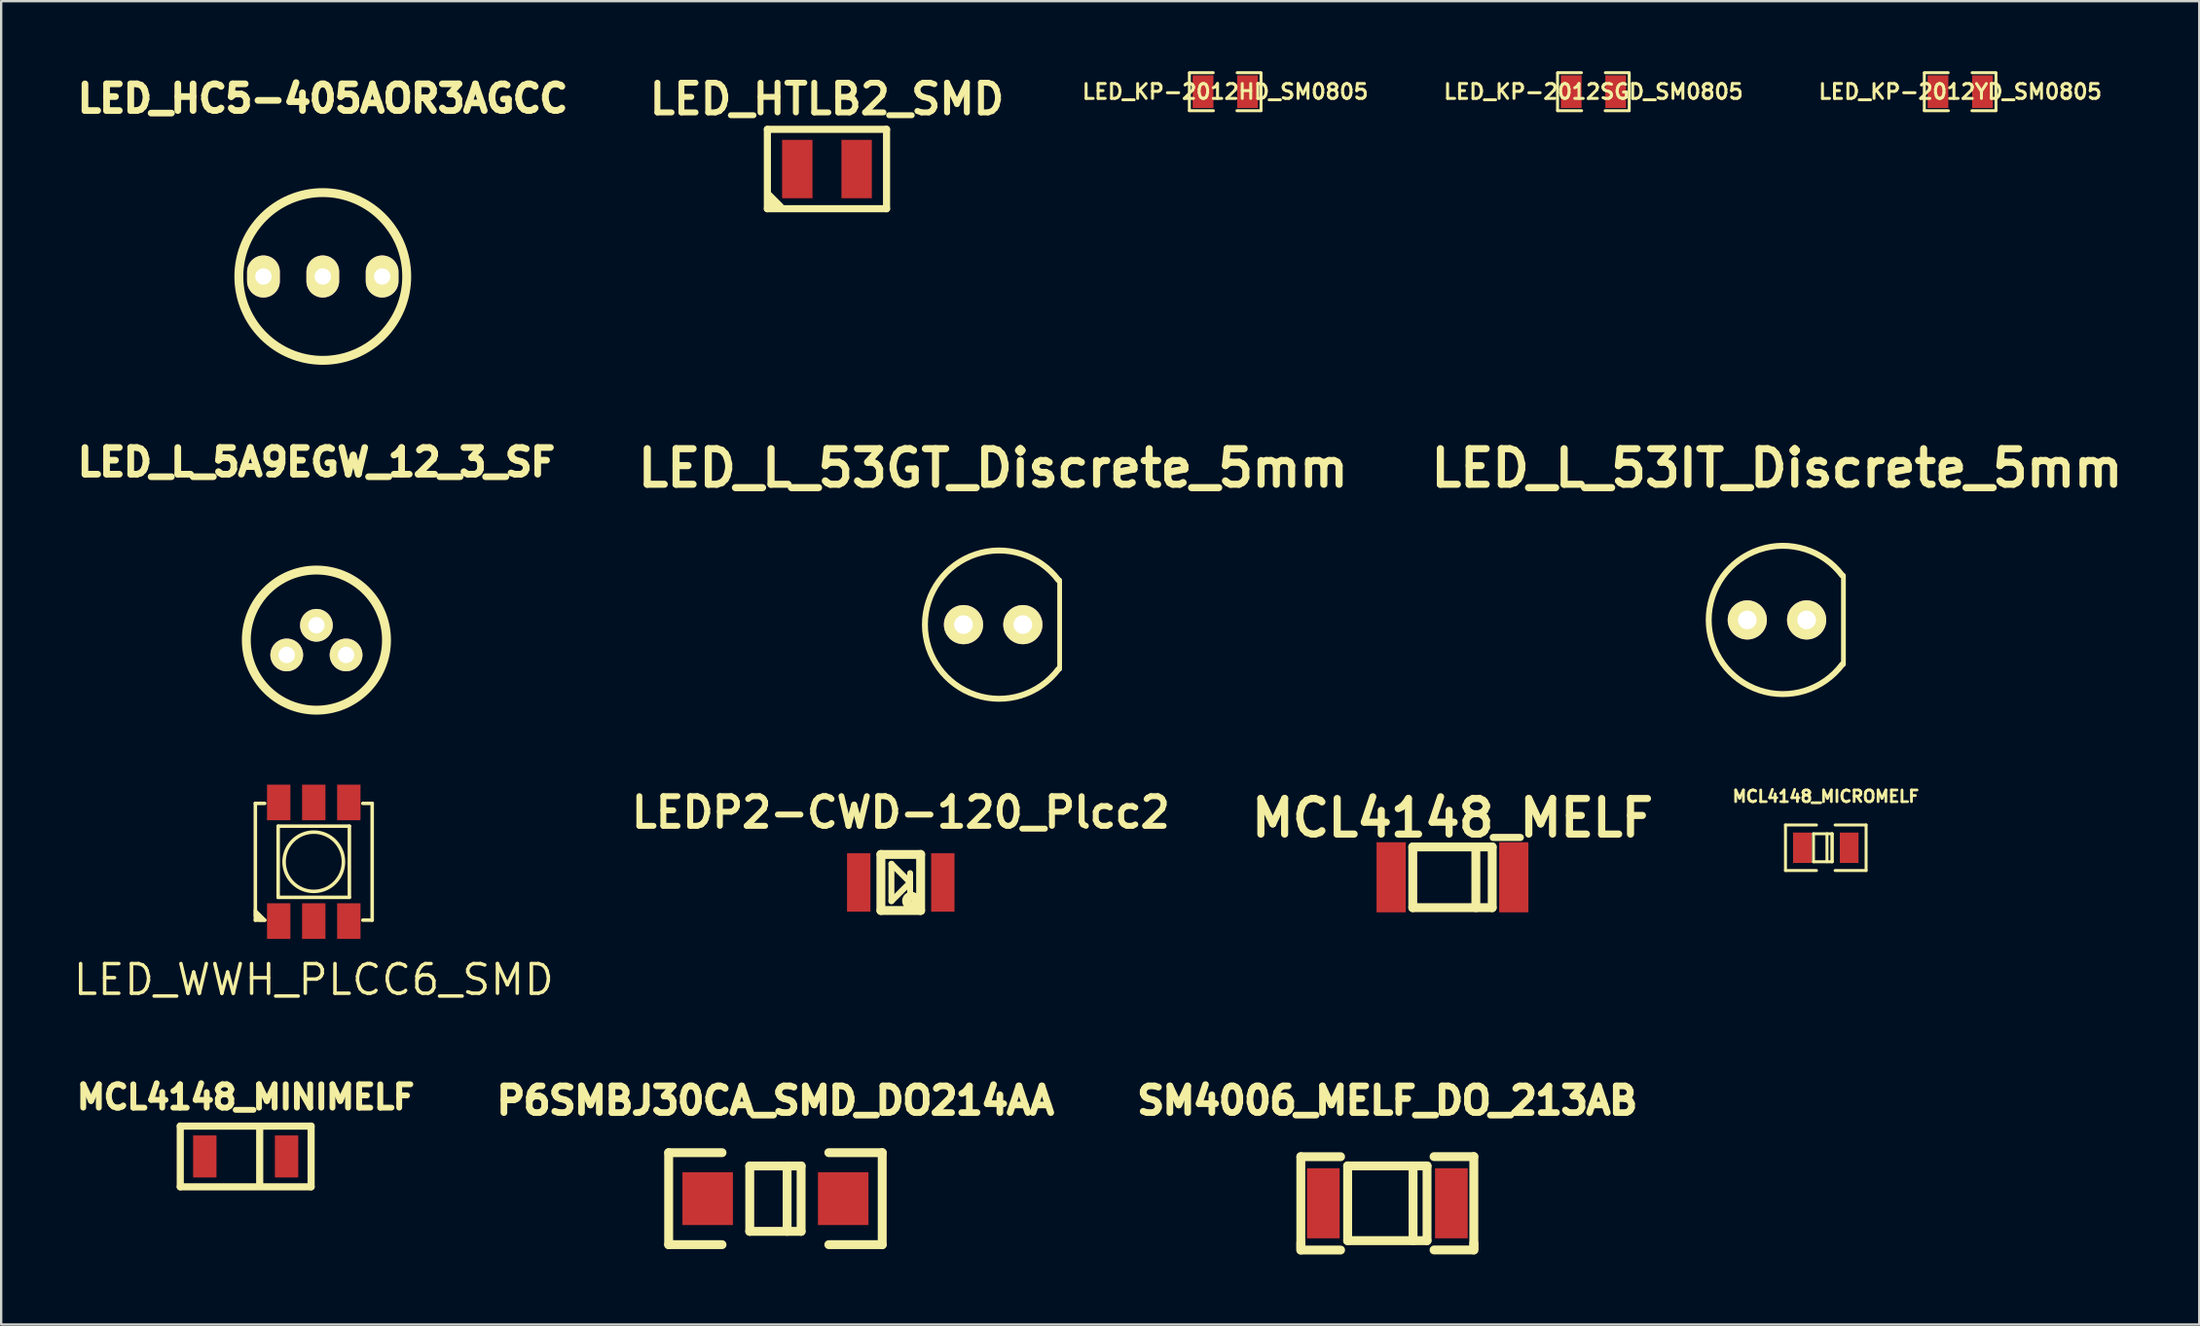
<source format=kicad_pcb>
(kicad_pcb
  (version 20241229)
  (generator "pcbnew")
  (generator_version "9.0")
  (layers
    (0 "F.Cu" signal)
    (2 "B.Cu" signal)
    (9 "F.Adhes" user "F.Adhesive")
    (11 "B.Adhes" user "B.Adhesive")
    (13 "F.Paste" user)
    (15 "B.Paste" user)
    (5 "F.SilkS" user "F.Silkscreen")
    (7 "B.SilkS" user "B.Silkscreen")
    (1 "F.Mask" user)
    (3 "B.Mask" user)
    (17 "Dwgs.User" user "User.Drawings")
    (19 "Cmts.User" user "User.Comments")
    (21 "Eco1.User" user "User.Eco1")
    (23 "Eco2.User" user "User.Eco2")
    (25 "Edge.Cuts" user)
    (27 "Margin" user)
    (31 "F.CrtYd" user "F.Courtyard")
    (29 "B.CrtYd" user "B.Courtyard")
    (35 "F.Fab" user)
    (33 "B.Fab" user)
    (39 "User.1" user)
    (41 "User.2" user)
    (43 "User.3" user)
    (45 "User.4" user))
  (footprint "LED_L_53GT_Discrete_5mm"
    (layer "F.Cu")
    (at 39.457 23.7)
    (property "Reference" "LED_L_53GT_Discrete_5mm" (at 0 -6.701 0) (layer "F.SilkS") (effects (font (size 1.524 1.524) (thickness 0.305))))
    (attr exclude_from_pos_files exclude_from_bom)
    (fp_line (start 2.845 1.905) (end 2.845 -1.905) (stroke (width 0.203) (type solid)) (layer "F.SilkS"))
    (fp_arc (start 2.794 1.905) (mid -2.921 0.001668) (end 2.791997 -1.907668) (stroke (width 0.254) (type solid)) (layer "F.SilkS"))
    (pad "1" thru_hole circle (at -1.27 0) (size 1.676 1.676) (drill 0.8) (layers "*.Cu" "*.Paste" "*.Mask" "F.SilkS"))
    (pad "2" thru_hole circle (at 1.27 0) (size 1.676 1.676) (drill 0.8) (layers "*.Cu" "*.Paste" "*.Mask" "F.SilkS")))
  (footprint "LED_KP-2012HD_SM0805"
    (layer "F.Cu")
    (at 49.391 0.876)
    (property "Reference" "LED_KP-2012HD_SM0805" (at 0 0 0) (layer "F.SilkS") (effects (font (size 0.635 0.635) (thickness 0.127))))
    (attr smd)
    (fp_line (start -1.537 0.81) (end -1.537 -0.8) (stroke (width 0.127) (type solid)) (layer "F.SilkS"))
    (fp_line (start -1.532 0.815) (end -0.508 0.815) (stroke (width 0.127) (type solid)) (layer "F.SilkS"))
    (fp_line (start -0.516 -0.813) (end -1.532 -0.813) (stroke (width 0.127) (type solid)) (layer "F.SilkS"))
    (fp_line (start 0.508 -0.813) (end 1.524 -0.813) (stroke (width 0.127) (type solid)) (layer "F.SilkS"))
    (fp_line (start 1.524 0.815) (end 0.5 0.815) (stroke (width 0.127) (type solid)) (layer "F.SilkS"))
    (fp_line (start 1.529 0.81) (end 1.529 -0.8) (stroke (width 0.127) (type solid)) (layer "F.SilkS"))
    (pad "1" smd rect (at -0.953 0) (size 0.889 1.397) (layers "F.Cu" "F.Mask" "F.Paste"))
    (pad "2" smd rect (at 0.953 0) (size 0.889 1.397) (layers "F.Cu" "F.Mask" "F.Paste")))
  (footprint "MCL4148_MICROMELF"
    (layer "F.Cu")
    (at 75.092 33.255)
    (property "Reference" "MCL4148_MICROMELF" (at 0 -2.2 0) (layer "F.SilkS") (effects (font (size 0.5 0.5) (thickness 0.119))))
    (attr through_hole)
    (fp_line (start -1.725 -0.975) (end -1.725 0.975) (stroke (width 0.127) (type solid)) (layer "F.SilkS"))
    (fp_line (start -1.725 -0.975) (end -0.399 -0.975) (stroke (width 0.127) (type solid)) (layer "F.SilkS"))
    (fp_line (start -1.725 0.975) (end -0.399 0.975) (stroke (width 0.127) (type solid)) (layer "F.SilkS"))
    (fp_line (start -0.526 -0.599) (end -0.526 0.599) (stroke (width 0.127) (type solid)) (layer "F.SilkS"))
    (fp_line (start -0.526 0.599) (end 0.274 0.599) (stroke (width 0.127) (type solid)) (layer "F.SilkS"))
    (fp_line (start 0.051 -0.599) (end 0.051 0.599) (stroke (width 0.127) (type solid)) (layer "F.SilkS"))
    (fp_line (start 0.267 -0.597) (end 0.267 0.597) (stroke (width 0.127) (type solid)) (layer "F.SilkS"))
    (fp_line (start 0.274 -0.599) (end -0.526 -0.599) (stroke (width 0.127) (type solid)) (layer "F.SilkS"))
    (fp_line (start 0.274 0.599) (end 0.274 -0.599) (stroke (width 0.127) (type solid)) (layer "F.SilkS"))
    (fp_line (start 1.725 -0.975) (end 0.399 -0.975) (stroke (width 0.127) (type solid)) (layer "F.SilkS"))
    (fp_line (start 1.725 -0.975) (end 1.725 0.975) (stroke (width 0.127) (type solid)) (layer "F.SilkS"))
    (fp_line (start 1.725 0.975) (end 0.399 0.975) (stroke (width 0.127) (type solid)) (layer "F.SilkS"))
    (pad "1" smd rect (at -1.001 0) (size 0.8 1.3) (layers "F.Cu" "F.Mask" "F.Paste"))
    (pad "2" smd rect (at 1.001 0) (size 0.8 1.3) (layers "F.Cu" "F.Mask" "F.Paste")))
  (footprint "LED_L_5A9EGW_12_3_SF"
    (layer "F.Cu")
    (at 10.492 24.363)
    (property "Reference" "LED_L_5A9EGW_12_3_SF" (at 0 -7.62 0) (layer "F.SilkS") (effects (font (size 1.143 1.143) (thickness 0.287))))
    (attr through_hole)
    (fp_circle (center 0 0) (end 0 3) (stroke (width 0.381) (type solid)) (fill no) (layer "F.SilkS"))
    (pad "1" thru_hole oval (at -1.27 0.635) (size 1.4 1.4) (drill 0.701) (layers "*.Cu" "*.Mask" "F.SilkS"))
    (pad "2" thru_hole oval (at 0 -0.635) (size 1.4 1.4) (drill 0.701) (layers "*.Cu" "*.Mask" "F.SilkS"))
    (pad "3" thru_hole oval (at 1.27 0.635) (size 1.4 1.4) (drill 0.701) (layers "*.Cu" "*.Mask" "F.SilkS")))
  (footprint "MCL4148_MELF"
    (layer "F.Cu")
    (at 59.115 34.52)
    (property "Reference" "MCL4148_MELF" (at 0 -2.54 0) (layer "F.SilkS") (effects (font (size 1.524 1.524) (thickness 0.305))))
    (attr through_hole)
    (fp_line (start -1.7 -1.3) (end -1.7 1.3) (stroke (width 0.381) (type solid)) (layer "F.SilkS"))
    (fp_line (start -1.7 1.3) (end 1.7 1.3) (stroke (width 0.381) (type solid)) (layer "F.SilkS"))
    (fp_line (start 1 -1.3) (end 1 1.3) (stroke (width 0.381) (type solid)) (layer "F.SilkS"))
    (fp_line (start 1.7 -1.3) (end -1.7 -1.3) (stroke (width 0.381) (type solid)) (layer "F.SilkS"))
    (fp_line (start 1.7 1.3) (end 1.7 -1.3) (stroke (width 0.381) (type solid)) (layer "F.SilkS"))
    (pad "1" smd rect (at -2.624 0) (size 1.25 3) (layers "F.Cu" "F.Mask" "F.Paste"))
    (pad "2" smd rect (at 2.624 0) (size 1.25 3) (layers "F.Cu" "F.Mask" "F.Paste")))
  (footprint "LED_KP-2012SGD_SM0805"
    (layer "F.Cu")
    (at 65.149 0.876)
    (property "Reference" "LED_KP-2012SGD_SM0805" (at 0 0 0) (layer "F.SilkS") (effects (font (size 0.635 0.635) (thickness 0.127))))
    (attr smd)
    (fp_line (start -1.537 0.81) (end -1.537 -0.8) (stroke (width 0.127) (type solid)) (layer "F.SilkS"))
    (fp_line (start -1.532 0.815) (end -0.508 0.815) (stroke (width 0.127) (type solid)) (layer "F.SilkS"))
    (fp_line (start -0.516 -0.813) (end -1.532 -0.813) (stroke (width 0.127) (type solid)) (layer "F.SilkS"))
    (fp_line (start 0.508 -0.813) (end 1.524 -0.813) (stroke (width 0.127) (type solid)) (layer "F.SilkS"))
    (fp_line (start 1.524 0.815) (end 0.5 0.815) (stroke (width 0.127) (type solid)) (layer "F.SilkS"))
    (fp_line (start 1.529 0.81) (end 1.529 -0.8) (stroke (width 0.127) (type solid)) (layer "F.SilkS"))
    (pad "1" smd rect (at -0.953 0) (size 0.889 1.397) (layers "F.Cu" "F.Mask" "F.Paste"))
    (pad "2" smd rect (at 0.953 0) (size 0.889 1.397) (layers "F.Cu" "F.Mask" "F.Paste")))
  (footprint "LED_KP-2012YD_SM0805"
    (layer "F.Cu")
    (at 80.846 0.876)
    (property "Reference" "LED_KP-2012YD_SM0805" (at 0 0 0) (layer "F.SilkS") (effects (font (size 0.635 0.635) (thickness 0.127))))
    (attr smd)
    (fp_line (start -1.537 0.81) (end -1.537 -0.8) (stroke (width 0.127) (type solid)) (layer "F.SilkS"))
    (fp_line (start -1.532 0.815) (end -0.508 0.815) (stroke (width 0.127) (type solid)) (layer "F.SilkS"))
    (fp_line (start -0.516 -0.813) (end -1.532 -0.813) (stroke (width 0.127) (type solid)) (layer "F.SilkS"))
    (fp_line (start 0.508 -0.813) (end 1.524 -0.813) (stroke (width 0.127) (type solid)) (layer "F.SilkS"))
    (fp_line (start 1.524 0.815) (end 0.5 0.815) (stroke (width 0.127) (type solid)) (layer "F.SilkS"))
    (fp_line (start 1.529 0.81) (end 1.529 -0.8) (stroke (width 0.127) (type solid)) (layer "F.SilkS"))
    (pad "1" smd rect (at -0.953 0) (size 0.889 1.397) (layers "F.Cu" "F.Mask" "F.Paste"))
    (pad "2" smd rect (at 0.953 0) (size 0.889 1.397) (layers "F.Cu" "F.Mask" "F.Paste")))
  (footprint "LEDP2-CWD-120_Plcc2"
    (layer "F.Cu")
    (at 35.502 34.742)
    (property "Reference" "LEDP2-CWD-120_Plcc2" (at 0 -3 0) (layer "F.SilkS") (effects (font (size 1.27 1.27) (thickness 0.254))))
    (attr through_hole)
    (fp_line (start -0.85 -1.2) (end -0.85 1.2) (stroke (width 0.381) (type solid)) (layer "F.SilkS"))
    (fp_line (start -0.4 -0.8) (end -0.4 0.8) (stroke (width 0.254) (type solid)) (layer "F.SilkS"))
    (fp_line (start -0.4 -0.8) (end 0.4 0) (stroke (width 0.254) (type solid)) (layer "F.SilkS"))
    (fp_line (start 0.4 -0.4) (end 0.4 0.4) (stroke (width 0.254) (type solid)) (layer "F.SilkS"))
    (fp_line (start 0.4 0) (end -0.4 0.8) (stroke (width 0.254) (type solid)) (layer "F.SilkS"))
    (fp_line (start 0.85 -1.2) (end -0.85 -1.2) (stroke (width 0.381) (type solid)) (layer "F.SilkS"))
    (fp_line (start 0.85 1.2) (end -0.85 1.2) (stroke (width 0.381) (type solid)) (layer "F.SilkS"))
    (fp_line (start 0.85 1.2) (end 0.85 -1.2) (stroke (width 0.381) (type solid)) (layer "F.SilkS"))
    (fp_circle (center 0.45 0.79) (end 0.46 0.79) (stroke (width 0.381) (type solid)) (fill no) (layer "F.SilkS"))
    (pad "1" smd rect (at 1.8 0) (size 1 2.5) (layers "F.Cu" "F.Mask" "F.Paste"))
    (pad "2" smd rect (at -1.8 0) (size 1 2.5) (layers "F.Cu" "F.Mask" "F.Paste")))
  (footprint "LED_L_53IT_Discrete_5mm"
    (layer "F.Cu")
    (at 73.002 23.499)
    (property "Reference" "LED_L_53IT_Discrete_5mm" (at 0 -6.5 0) (layer "F.SilkS") (effects (font (size 1.524 1.524) (thickness 0.305))))
    (attr exclude_from_pos_files exclude_from_bom)
    (fp_line (start 2.845 1.905) (end 2.845 -1.905) (stroke (width 0.203) (type solid)) (layer "F.SilkS"))
    (fp_arc (start 2.794 1.905) (mid -2.921 0.001668) (end 2.791997 -1.907668) (stroke (width 0.254) (type solid)) (layer "F.SilkS"))
    (pad "1" thru_hole circle (at -1.27 0) (size 1.676 1.676) (drill 0.8) (layers "*.Cu" "*.Paste" "*.Mask" "F.SilkS"))
    (pad "2" thru_hole circle (at 1.27 0) (size 1.676 1.676) (drill 0.8) (layers "*.Cu" "*.Paste" "*.Mask" "F.SilkS")))
  (footprint "LED_HC5-405AOR3AGCC"
    (layer "F.Cu")
    (at 10.765 8.79)
    (property "Reference" "LED_HC5-405AOR3AGCC" (at 0 -7.62 0) (layer "F.SilkS") (effects (font (size 1.143 1.143) (thickness 0.287))))
    (attr through_hole)
    (fp_circle (center 0 0) (end 2.54 2.54) (stroke (width 0.381) (type solid)) (fill no) (layer "F.SilkS"))
    (pad "1" thru_hole oval (at -2.54 0) (size 1.4 1.801) (drill 0.701) (layers "*.Cu" "*.Mask" "F.SilkS"))
    (pad "2" thru_hole oval (at 0 0) (size 1.4 1.801) (drill 0.701) (layers "*.Cu" "*.Mask" "F.SilkS"))
    (pad "3" thru_hole oval (at 2.54 0) (size 1.4 1.801) (drill 0.701) (layers "*.Cu" "*.Mask" "F.SilkS")))
  (footprint "P6SMBJ30CA_SMD_DO214AA"
    (layer "F.Cu")
    (at 30.138 48.283)
    (property "Reference" "P6SMBJ30CA_SMD_DO214AA" (at 0 -4.201 0) (layer "F.SilkS") (effects (font (size 1.143 1.143) (thickness 0.286))))
    (attr through_hole)
    (fp_line (start -4.57 -1.97) (end -4.57 1.97) (stroke (width 0.381) (type solid)) (layer "F.SilkS"))
    (fp_line (start -4.57 1.97) (end -2.285 1.97) (stroke (width 0.381) (type solid)) (layer "F.SilkS"))
    (fp_line (start -2.285 -1.97) (end -4.57 -1.97) (stroke (width 0.381) (type solid)) (layer "F.SilkS"))
    (fp_line (start -1.1 -1.4) (end 1.1 -1.4) (stroke (width 0.381) (type solid)) (layer "F.SilkS"))
    (fp_line (start -1.099 -1.4) (end -1.099 1.4) (stroke (width 0.381) (type solid)) (layer "F.SilkS"))
    (fp_line (start 0.499 -1.4) (end 0.499 1.4) (stroke (width 0.381) (type solid)) (layer "F.SilkS"))
    (fp_line (start 1.099 1.4) (end 1.099 -1.4) (stroke (width 0.381) (type solid)) (layer "F.SilkS"))
    (fp_line (start 1.1 1.4) (end -1.1 1.4) (stroke (width 0.381) (type solid)) (layer "F.SilkS"))
    (fp_line (start 2.285 -1.97) (end 4.57 -1.97) (stroke (width 0.381) (type solid)) (layer "F.SilkS"))
    (fp_line (start 4.57 -1.97) (end 4.57 1.97) (stroke (width 0.381) (type solid)) (layer "F.SilkS"))
    (fp_line (start 4.57 1.97) (end 2.285 1.97) (stroke (width 0.381) (type solid)) (layer "F.SilkS"))
    (pad "1" smd rect (at -2.9 0) (size 2.16 2.26) (layers "F.Cu" "F.Mask" "F.Paste"))
    (pad "2" smd rect (at 2.9 0) (size 2.16 2.26) (layers "F.Cu" "F.Mask" "F.Paste")))
  (footprint "LED_WWH_PLCC6_SMD"
    (layer "F.Cu")
    (at 10.379 33.855)
    (property "Reference" "LED_WWH_PLCC6_SMD" (at 0 5.05 0) (layer "F.SilkS") (effects (font (size 1.27 1.27) (thickness 0.15))))
    (attr through_hole)
    (fp_line (start -2.5 -2.5) (end -2.5 2.5) (stroke (width 0.15) (type solid)) (layer "F.SilkS"))
    (fp_line (start -2.5 -2.5) (end -2.1 -2.5) (stroke (width 0.15) (type solid)) (layer "F.SilkS"))
    (fp_line (start -2.5 2.5) (end -2.1 2.5) (stroke (width 0.15) (type solid)) (layer "F.SilkS"))
    (fp_line (start -2.3 2.5) (end -2.5 2.3) (stroke (width 0.15) (type solid)) (layer "F.SilkS"))
    (fp_line (start -2.2 2.5) (end -2.5 2.2) (stroke (width 0.15) (type solid)) (layer "F.SilkS"))
    (fp_line (start -2.1 2.5) (end -2.5 2.1) (stroke (width 0.15) (type solid)) (layer "F.SilkS"))
    (fp_line (start -1.524 -1.524) (end -1.524 1.524) (stroke (width 0.15) (type solid)) (layer "F.SilkS"))
    (fp_line (start -1.524 1.524) (end 1.524 1.524) (stroke (width 0.15) (type solid)) (layer "F.SilkS"))
    (fp_line (start 1.524 -1.524) (end -1.524 -1.524) (stroke (width 0.15) (type solid)) (layer "F.SilkS"))
    (fp_line (start 1.524 1.524) (end 1.524 -1.524) (stroke (width 0.15) (type solid)) (layer "F.SilkS"))
    (fp_line (start 2.5 -2.5) (end 2.1 -2.5) (stroke (width 0.15) (type solid)) (layer "F.SilkS"))
    (fp_line (start 2.5 2.5) (end 2.1 2.5) (stroke (width 0.15) (type solid)) (layer "F.SilkS"))
    (fp_line (start 2.5 2.5) (end 2.5 -2.5) (stroke (width 0.15) (type solid)) (layer "F.SilkS"))
    (fp_circle (center 0 0) (end 1.27 0) (stroke (width 0.15) (type solid)) (fill no) (layer "F.SilkS"))
    (pad "1" smd rect (at -1.5 2.54) (size 1 1.524) (layers "F.Cu" "F.Mask" "F.Paste"))
    (pad "2" smd rect (at -1.5 -2.54) (size 1 1.524) (layers "F.Cu" "F.Mask" "F.Paste"))
    (pad "3" smd rect (at 1.5 2.54) (size 1 1.524) (layers "F.Cu" "F.Mask" "F.Paste"))
    (pad "4" smd rect (at 0 2.54) (size 1 1.524) (layers "F.Cu" "F.Mask" "F.Paste"))
    (pad "5" smd rect (at 0 -2.54) (size 1 1.524) (layers "F.Cu" "F.Mask" "F.Paste"))
    (pad "6" smd rect (at 1.5 -2.54) (size 1 1.524) (layers "F.Cu" "F.Mask" "F.Paste")))
  (footprint "MCL4148_MINIMELF"
    (layer "F.Cu")
    (at 7.465 46.475)
    (property "Reference" "MCL4148_MINIMELF" (at 0 -2.54 0) (layer "F.SilkS") (effects (font (size 1 1) (thickness 0.25))))
    (attr through_hole)
    (fp_line (start -2.8 -1.3) (end -2.8 1.3) (stroke (width 0.305) (type solid)) (layer "F.SilkS"))
    (fp_line (start -2.8 1.3) (end 2.8 1.3) (stroke (width 0.305) (type solid)) (layer "F.SilkS"))
    (fp_line (start 0.6 -1.2) (end 0.6 1.2) (stroke (width 0.305) (type solid)) (layer "F.SilkS"))
    (fp_line (start 2.8 -1.3) (end -2.8 -1.3) (stroke (width 0.305) (type solid)) (layer "F.SilkS"))
    (fp_line (start 2.8 1.3) (end 2.8 -1.3) (stroke (width 0.305) (type solid)) (layer "F.SilkS"))
    (pad "1" smd rect (at -1.75 0) (size 1 1.8) (layers "F.Cu" "F.Mask" "F.Paste"))
    (pad "2" smd rect (at 1.75 0) (size 1 1.8) (layers "F.Cu" "F.Mask" "F.Paste")))
  (footprint "LED_HTLB2_SMD"
    (layer "F.Cu")
    (at 32.343 4.189)
    (property "Reference" "LED_HTLB2_SMD" (at 0 -3 0) (layer "F.SilkS") (effects (font (size 1.27 1.27) (thickness 0.254))))
    (attr through_hole)
    (fp_line (start -2.55 -1.7) (end -2.55 1.7) (stroke (width 0.305) (type solid)) (layer "F.SilkS"))
    (fp_line (start -2.55 1.7) (end 2.55 1.7) (stroke (width 0.305) (type solid)) (layer "F.SilkS"))
    (fp_line (start -2.5 1.1) (end -2 1.6) (stroke (width 0.305) (type solid)) (layer "F.SilkS"))
    (fp_line (start -2.5 1.4) (end -2.3 1.6) (stroke (width 0.305) (type solid)) (layer "F.SilkS"))
    (fp_line (start 2.55 -1.7) (end -2.55 -1.7) (stroke (width 0.305) (type solid)) (layer "F.SilkS"))
    (fp_line (start 2.55 1.7) (end 2.55 -1.7) (stroke (width 0.305) (type solid)) (layer "F.SilkS"))
    (pad "1" smd rect (at -1.27 0) (size 1.3 2.5) (layers "F.Cu" "F.Mask" "F.Paste"))
    (pad "2" smd rect (at 1.27 0) (size 1.3 2.5) (layers "F.Cu" "F.Mask" "F.Paste")))
  (footprint "SM4006_MELF_DO_213AB"
    (layer "F.Cu")
    (at 56.327 48.481)
    (property "Reference" "SM4006_MELF_DO_213AB" (at 0 -4.399 0) (layer "F.SilkS") (effects (font (size 1.143 1.143) (thickness 0.287))))
    (attr through_hole)
    (fp_line (start -3.703 -1.996) (end -3.703 1.702) (stroke (width 0.381) (type solid)) (layer "F.SilkS"))
    (fp_line (start -3.703 1.702) (end -3.703 1.803) (stroke (width 0.381) (type solid)) (layer "F.SilkS"))
    (fp_line (start -3.703 1.803) (end -3.703 1.902) (stroke (width 0.381) (type solid)) (layer "F.SilkS"))
    (fp_line (start -3.703 1.902) (end -3.703 2.002) (stroke (width 0.381) (type solid)) (layer "F.SilkS"))
    (fp_line (start -3.703 2.002) (end -2.002 2.002) (stroke (width 0.381) (type solid)) (layer "F.SilkS"))
    (fp_line (start -2.002 -1.996) (end -3.703 -1.996) (stroke (width 0.381) (type solid)) (layer "F.SilkS"))
    (fp_line (start -1.699 -1.6) (end -1.699 1.6) (stroke (width 0.381) (type solid)) (layer "F.SilkS"))
    (fp_line (start -1.699 1.6) (end 1.699 1.6) (stroke (width 0.381) (type solid)) (layer "F.SilkS"))
    (fp_line (start 1.1 -1.6) (end 1.1 1.6) (stroke (width 0.381) (type solid)) (layer "F.SilkS"))
    (fp_line (start 1.699 -1.6) (end -1.699 -1.6) (stroke (width 0.381) (type solid)) (layer "F.SilkS"))
    (fp_line (start 1.699 1.6) (end 1.699 -1.6) (stroke (width 0.381) (type solid)) (layer "F.SilkS"))
    (fp_line (start 1.999 -1.999) (end 3.701 -1.999) (stroke (width 0.381) (type solid)) (layer "F.SilkS"))
    (fp_line (start 3.701 -1.999) (end 3.701 1.699) (stroke (width 0.381) (type solid)) (layer "F.SilkS"))
    (fp_line (start 3.701 1.699) (end 3.701 1.801) (stroke (width 0.381) (type solid)) (layer "F.SilkS"))
    (fp_line (start 3.701 1.801) (end 3.701 1.9) (stroke (width 0.381) (type solid)) (layer "F.SilkS"))
    (fp_line (start 3.701 1.9) (end 3.701 1.999) (stroke (width 0.381) (type solid)) (layer "F.SilkS"))
    (fp_line (start 3.701 1.999) (end 1.999 1.999) (stroke (width 0.381) (type solid)) (layer "F.SilkS"))
    (pad "1" smd rect (at -2.741 0) (size 1.4 3) (layers "F.Cu" "F.Mask" "F.Paste"))
    (pad "2" smd rect (at 2.741 0) (size 1.4 3) (layers "F.Cu" "F.Mask" "F.Paste")))
  (gr_rect
    (start -3 -3)
    (end 91.076 53.673)
    (stroke (width 0.1) (type default))
    (fill no)
    (layer "Edge.Cuts")))
</source>
